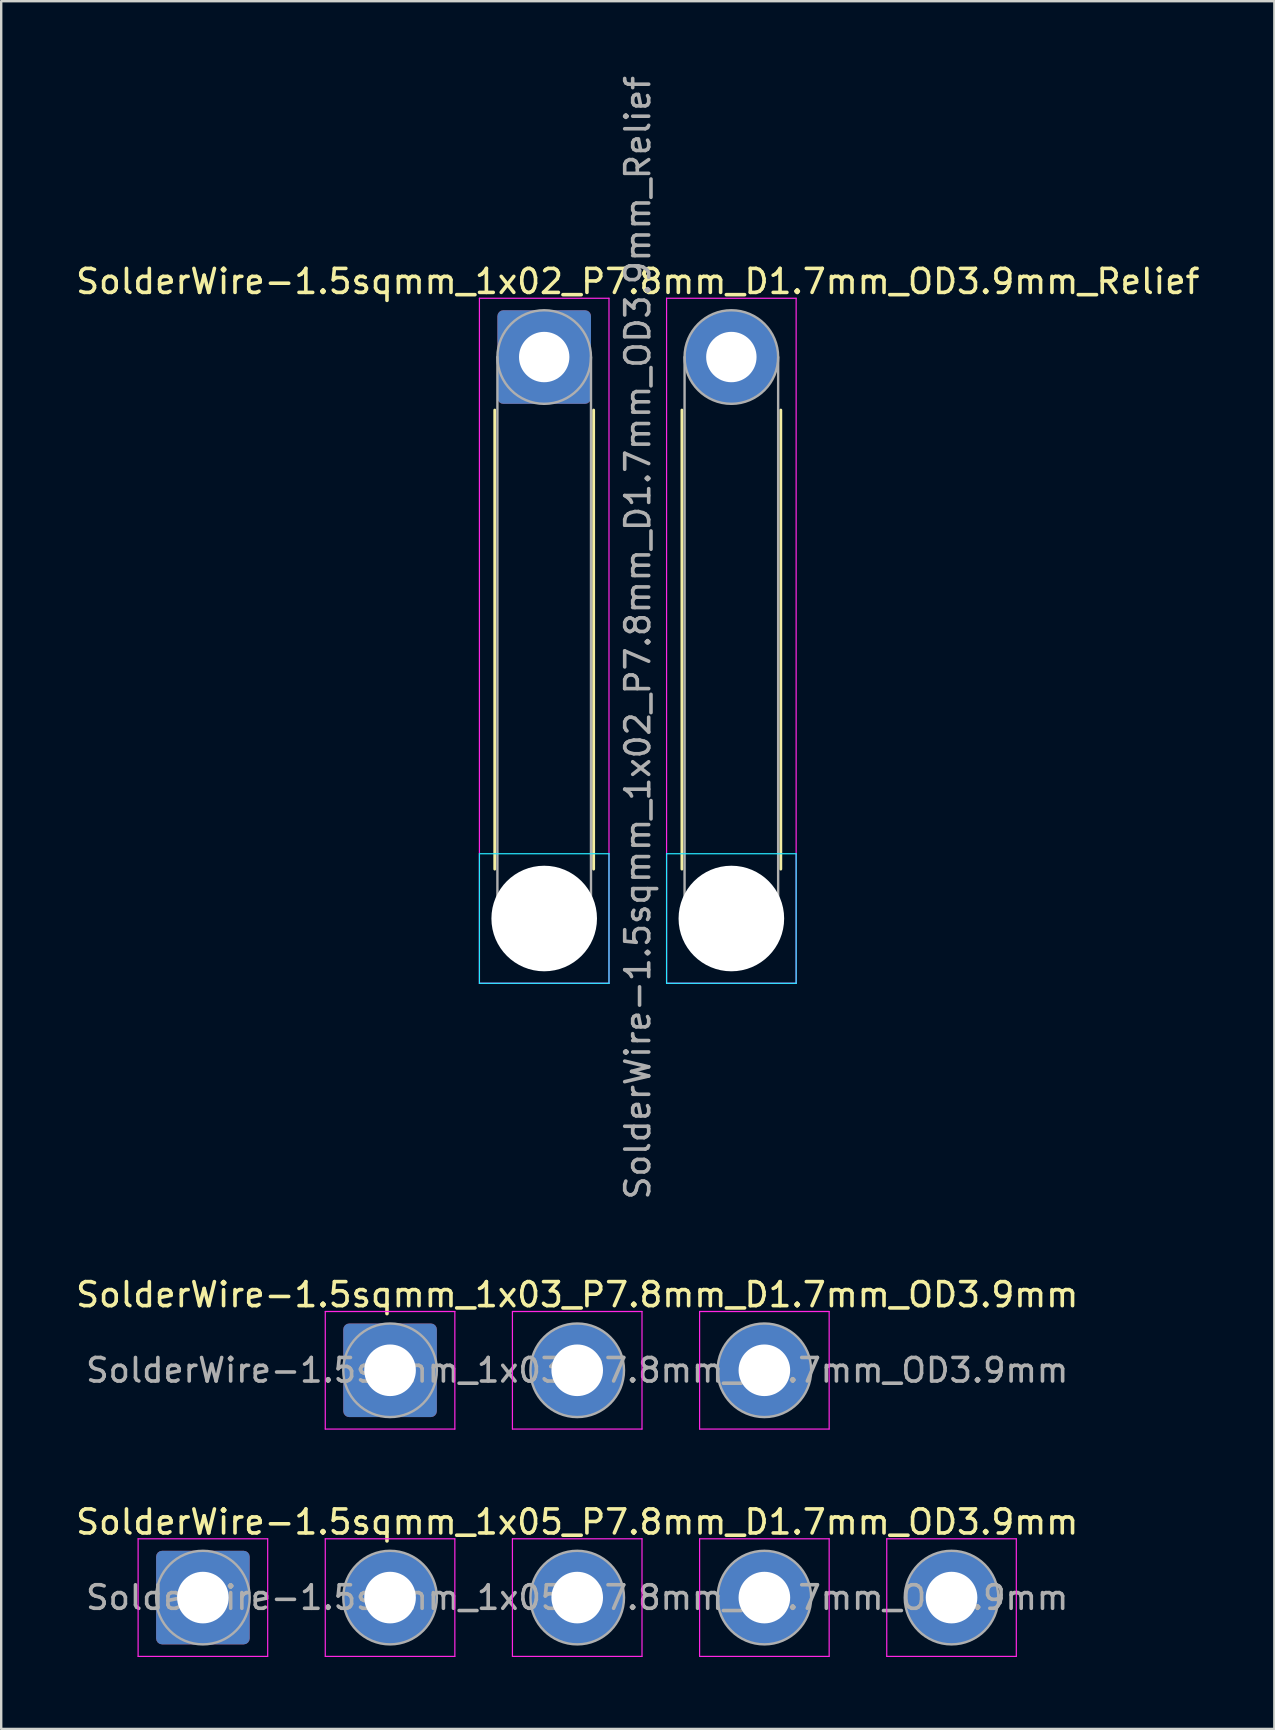
<source format=kicad_pcb>
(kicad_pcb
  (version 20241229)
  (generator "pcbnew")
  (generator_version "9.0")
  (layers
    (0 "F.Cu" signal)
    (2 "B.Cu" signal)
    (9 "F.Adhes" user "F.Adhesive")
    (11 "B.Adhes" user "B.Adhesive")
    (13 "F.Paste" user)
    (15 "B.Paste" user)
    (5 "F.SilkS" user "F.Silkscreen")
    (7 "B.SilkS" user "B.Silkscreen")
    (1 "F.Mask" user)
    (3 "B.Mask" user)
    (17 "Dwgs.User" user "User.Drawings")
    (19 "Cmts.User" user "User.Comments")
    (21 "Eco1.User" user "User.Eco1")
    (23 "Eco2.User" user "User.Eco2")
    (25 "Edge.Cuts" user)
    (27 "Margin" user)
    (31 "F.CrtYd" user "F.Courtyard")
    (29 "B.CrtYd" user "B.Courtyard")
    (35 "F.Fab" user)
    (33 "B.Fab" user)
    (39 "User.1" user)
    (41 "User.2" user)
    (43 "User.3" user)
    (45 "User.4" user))
  (footprint "SolderWire-1.5sqmm_1x03_P7.8mm_D1.7mm_OD3.9mm"
    (layer "F.Cu")
    (at 13.206 54.058)
    (property "Reference" "SolderWire-1.5sqmm_1x03_P7.8mm_D1.7mm_OD3.9mm" (at 7.8 -3.15 0) (layer "F.SilkS") (effects (font (size 1 1) (thickness 0.15))))
    (attr exclude_from_pos_files exclude_from_bom)
    (fp_line (start -2.7 -2.45) (end -2.7 2.45) (stroke (width 0.05) (type solid)) (layer "F.CrtYd"))
    (fp_line (start -2.7 2.45) (end 2.7 2.45) (stroke (width 0.05) (type solid)) (layer "F.CrtYd"))
    (fp_line (start 2.7 -2.45) (end -2.7 -2.45) (stroke (width 0.05) (type solid)) (layer "F.CrtYd"))
    (fp_line (start 2.7 2.45) (end 2.7 -2.45) (stroke (width 0.05) (type solid)) (layer "F.CrtYd"))
    (fp_line (start 5.1 -2.45) (end 5.1 2.45) (stroke (width 0.05) (type solid)) (layer "F.CrtYd"))
    (fp_line (start 5.1 2.45) (end 10.5 2.45) (stroke (width 0.05) (type solid)) (layer "F.CrtYd"))
    (fp_line (start 10.5 -2.45) (end 5.1 -2.45) (stroke (width 0.05) (type solid)) (layer "F.CrtYd"))
    (fp_line (start 10.5 2.45) (end 10.5 -2.45) (stroke (width 0.05) (type solid)) (layer "F.CrtYd"))
    (fp_line (start 12.9 -2.45) (end 12.9 2.45) (stroke (width 0.05) (type solid)) (layer "F.CrtYd"))
    (fp_line (start 12.9 2.45) (end 18.3 2.45) (stroke (width 0.05) (type solid)) (layer "F.CrtYd"))
    (fp_line (start 18.3 -2.45) (end 12.9 -2.45) (stroke (width 0.05) (type solid)) (layer "F.CrtYd"))
    (fp_line (start 18.3 2.45) (end 18.3 -2.45) (stroke (width 0.05) (type solid)) (layer "F.CrtYd"))
    (fp_circle (center 0 0) (end 1.95 0) (stroke (width 0.1) (type solid)) (fill no) (layer "F.Fab"))
    (fp_circle (center 7.8 0) (end 9.75 0) (stroke (width 0.1) (type solid)) (fill no) (layer "F.Fab"))
    (fp_circle (center 15.6 0) (end 17.55 0) (stroke (width 0.1) (type solid)) (fill no) (layer "F.Fab"))
    (fp_text user "${REFERENCE}" (at 7.8 0 0) (layer "F.Fab") (effects (font (size 0.98 0.98) (thickness 0.15))))
    (pad "1" thru_hole roundrect (at 0 0) (size 3.9 3.9) (drill 2.15) (layers "*.Cu" "*.Mask") (roundrect_rratio 0.064))
    (pad "2" thru_hole circle (at 7.8 0) (size 3.9 3.9) (drill 2.15) (layers "*.Cu" "*.Mask"))
    (pad "3" thru_hole circle (at 15.6 0) (size 3.9 3.9) (drill 2.15) (layers "*.Cu" "*.Mask")))
  (footprint "SolderWire-1.5sqmm_1x02_P7.8mm_D1.7mm_OD3.9mm_Relief"
    (layer "F.Cu")
    (at 19.63 11.83)
    (property "Reference" "SolderWire-1.5sqmm_1x02_P7.8mm_D1.7mm_OD3.9mm_Relief" (at 3.9 -3.15 0) (layer "F.SilkS") (effects (font (size 1 1) (thickness 0.15))))
    (attr exclude_from_pos_files exclude_from_bom)
    (fp_line (start -2.06 2.21) (end -2.06 21.34) (stroke (width 0.12) (type solid)) (layer "F.SilkS"))
    (fp_line (start 2.06 2.21) (end 2.06 21.34) (stroke (width 0.12) (type solid)) (layer "F.SilkS"))
    (fp_line (start 5.74 2.21) (end 5.74 21.34) (stroke (width 0.12) (type solid)) (layer "F.SilkS"))
    (fp_line (start 9.86 2.21) (end 9.86 21.34) (stroke (width 0.12) (type solid)) (layer "F.SilkS"))
    (fp_line (start -2.7 20.7) (end -2.7 26.1) (stroke (width 0.05) (type solid)) (layer "B.CrtYd"))
    (fp_line (start -2.7 26.1) (end 2.7 26.1) (stroke (width 0.05) (type solid)) (layer "B.CrtYd"))
    (fp_line (start 2.7 20.7) (end -2.7 20.7) (stroke (width 0.05) (type solid)) (layer "B.CrtYd"))
    (fp_line (start 2.7 26.1) (end 2.7 20.7) (stroke (width 0.05) (type solid)) (layer "B.CrtYd"))
    (fp_line (start 5.1 20.7) (end 5.1 26.1) (stroke (width 0.05) (type solid)) (layer "B.CrtYd"))
    (fp_line (start 5.1 26.1) (end 10.5 26.1) (stroke (width 0.05) (type solid)) (layer "B.CrtYd"))
    (fp_line (start 10.5 20.7) (end 5.1 20.7) (stroke (width 0.05) (type solid)) (layer "B.CrtYd"))
    (fp_line (start 10.5 26.1) (end 10.5 20.7) (stroke (width 0.05) (type solid)) (layer "B.CrtYd"))
    (fp_line (start -2.7 -2.45) (end -2.7 26.1) (stroke (width 0.05) (type solid)) (layer "F.CrtYd"))
    (fp_line (start -2.7 26.1) (end 2.7 26.1) (stroke (width 0.05) (type solid)) (layer "F.CrtYd"))
    (fp_line (start 2.7 -2.45) (end -2.7 -2.45) (stroke (width 0.05) (type solid)) (layer "F.CrtYd"))
    (fp_line (start 2.7 26.1) (end 2.7 -2.45) (stroke (width 0.05) (type solid)) (layer "F.CrtYd"))
    (fp_line (start 5.1 -2.45) (end 5.1 26.1) (stroke (width 0.05) (type solid)) (layer "F.CrtYd"))
    (fp_line (start 5.1 26.1) (end 10.5 26.1) (stroke (width 0.05) (type solid)) (layer "F.CrtYd"))
    (fp_line (start 10.5 -2.45) (end 5.1 -2.45) (stroke (width 0.05) (type solid)) (layer "F.CrtYd"))
    (fp_line (start 10.5 26.1) (end 10.5 -2.45) (stroke (width 0.05) (type solid)) (layer "F.CrtYd"))
    (fp_line (start -1.95 0) (end -1.95 23.4) (stroke (width 0.1) (type solid)) (layer "F.Fab"))
    (fp_line (start 1.95 0) (end 1.95 23.4) (stroke (width 0.1) (type solid)) (layer "F.Fab"))
    (fp_line (start 5.85 0) (end 5.85 23.4) (stroke (width 0.1) (type solid)) (layer "F.Fab"))
    (fp_line (start 9.75 0) (end 9.75 23.4) (stroke (width 0.1) (type solid)) (layer "F.Fab"))
    (fp_circle (center 0 0) (end 1.95 0) (stroke (width 0.1) (type solid)) (fill no) (layer "F.Fab"))
    (fp_circle (center 0 23.4) (end 1.95 23.4) (stroke (width 0.1) (type solid)) (fill no) (layer "F.Fab"))
    (fp_circle (center 7.8 0) (end 9.75 0) (stroke (width 0.1) (type solid)) (fill no) (layer "F.Fab"))
    (fp_circle (center 7.8 23.4) (end 9.75 23.4) (stroke (width 0.1) (type solid)) (fill no) (layer "F.Fab"))
    (fp_text user "${REFERENCE}" (at 3.9 11.7 90) (layer "F.Fab") (effects (font (size 1 1) (thickness 0.15))))
    (pad "" np_thru_hole circle (at 0 23.4) (size 4.4 4.4) (drill 4.4) (layers "*.Cu" "*.Mask"))
    (pad "" np_thru_hole circle (at 7.8 23.4) (size 4.4 4.4) (drill 4.4) (layers "*.Cu" "*.Mask"))
    (pad "1" thru_hole roundrect (at 0 0) (size 3.9 3.9) (drill 2.1) (layers "*.Cu" "*.Mask") (roundrect_rratio 0.064))
    (pad "2" thru_hole circle (at 7.8 0) (size 3.9 3.9) (drill 2.1) (layers "*.Cu" "*.Mask")))
  (footprint "SolderWire-1.5sqmm_1x05_P7.8mm_D1.7mm_OD3.9mm"
    (layer "F.Cu")
    (at 5.406 63.531)
    (property "Reference" "SolderWire-1.5sqmm_1x05_P7.8mm_D1.7mm_OD3.9mm" (at 15.6 -3.15 0) (layer "F.SilkS") (effects (font (size 1 1) (thickness 0.15))))
    (attr exclude_from_pos_files exclude_from_bom)
    (fp_line (start -2.7 -2.45) (end -2.7 2.45) (stroke (width 0.05) (type solid)) (layer "F.CrtYd"))
    (fp_line (start -2.7 2.45) (end 2.7 2.45) (stroke (width 0.05) (type solid)) (layer "F.CrtYd"))
    (fp_line (start 2.7 -2.45) (end -2.7 -2.45) (stroke (width 0.05) (type solid)) (layer "F.CrtYd"))
    (fp_line (start 2.7 2.45) (end 2.7 -2.45) (stroke (width 0.05) (type solid)) (layer "F.CrtYd"))
    (fp_line (start 5.1 -2.45) (end 5.1 2.45) (stroke (width 0.05) (type solid)) (layer "F.CrtYd"))
    (fp_line (start 5.1 2.45) (end 10.5 2.45) (stroke (width 0.05) (type solid)) (layer "F.CrtYd"))
    (fp_line (start 10.5 -2.45) (end 5.1 -2.45) (stroke (width 0.05) (type solid)) (layer "F.CrtYd"))
    (fp_line (start 10.5 2.45) (end 10.5 -2.45) (stroke (width 0.05) (type solid)) (layer "F.CrtYd"))
    (fp_line (start 12.9 -2.45) (end 12.9 2.45) (stroke (width 0.05) (type solid)) (layer "F.CrtYd"))
    (fp_line (start 12.9 2.45) (end 18.3 2.45) (stroke (width 0.05) (type solid)) (layer "F.CrtYd"))
    (fp_line (start 18.3 -2.45) (end 12.9 -2.45) (stroke (width 0.05) (type solid)) (layer "F.CrtYd"))
    (fp_line (start 18.3 2.45) (end 18.3 -2.45) (stroke (width 0.05) (type solid)) (layer "F.CrtYd"))
    (fp_line (start 20.7 -2.45) (end 20.7 2.45) (stroke (width 0.05) (type solid)) (layer "F.CrtYd"))
    (fp_line (start 20.7 2.45) (end 26.1 2.45) (stroke (width 0.05) (type solid)) (layer "F.CrtYd"))
    (fp_line (start 26.1 -2.45) (end 20.7 -2.45) (stroke (width 0.05) (type solid)) (layer "F.CrtYd"))
    (fp_line (start 26.1 2.45) (end 26.1 -2.45) (stroke (width 0.05) (type solid)) (layer "F.CrtYd"))
    (fp_line (start 28.5 -2.45) (end 28.5 2.45) (stroke (width 0.05) (type solid)) (layer "F.CrtYd"))
    (fp_line (start 28.5 2.45) (end 33.9 2.45) (stroke (width 0.05) (type solid)) (layer "F.CrtYd"))
    (fp_line (start 33.9 -2.45) (end 28.5 -2.45) (stroke (width 0.05) (type solid)) (layer "F.CrtYd"))
    (fp_line (start 33.9 2.45) (end 33.9 -2.45) (stroke (width 0.05) (type solid)) (layer "F.CrtYd"))
    (fp_circle (center 0 0) (end 1.95 0) (stroke (width 0.1) (type solid)) (fill no) (layer "F.Fab"))
    (fp_circle (center 7.8 0) (end 9.75 0) (stroke (width 0.1) (type solid)) (fill no) (layer "F.Fab"))
    (fp_circle (center 15.6 0) (end 17.55 0) (stroke (width 0.1) (type solid)) (fill no) (layer "F.Fab"))
    (fp_circle (center 23.4 0) (end 25.35 0) (stroke (width 0.1) (type solid)) (fill no) (layer "F.Fab"))
    (fp_circle (center 31.2 0) (end 33.15 0) (stroke (width 0.1) (type solid)) (fill no) (layer "F.Fab"))
    (fp_text user "${REFERENCE}" (at 15.6 0 0) (layer "F.Fab") (effects (font (size 0.98 0.98) (thickness 0.15))))
    (pad "1" thru_hole roundrect (at 0 0) (size 3.9 3.9) (drill 2.15) (layers "*.Cu" "*.Mask") (roundrect_rratio 0.064))
    (pad "2" thru_hole circle (at 7.8 0) (size 3.9 3.9) (drill 2.15) (layers "*.Cu" "*.Mask"))
    (pad "3" thru_hole circle (at 15.6 0) (size 3.9 3.9) (drill 2.15) (layers "*.Cu" "*.Mask"))
    (pad "4" thru_hole circle (at 23.4 0) (size 3.9 3.9) (drill 2.15) (layers "*.Cu" "*.Mask"))
    (pad "5" thru_hole circle (at 31.2 0) (size 3.9 3.9) (drill 2.15) (layers "*.Cu" "*.Mask")))
  (gr_rect
    (start -3 -3)
    (end 50.06 69.006)
    (stroke (width 0.1) (type default))
    (fill no)
    (layer "Edge.Cuts")))
</source>
